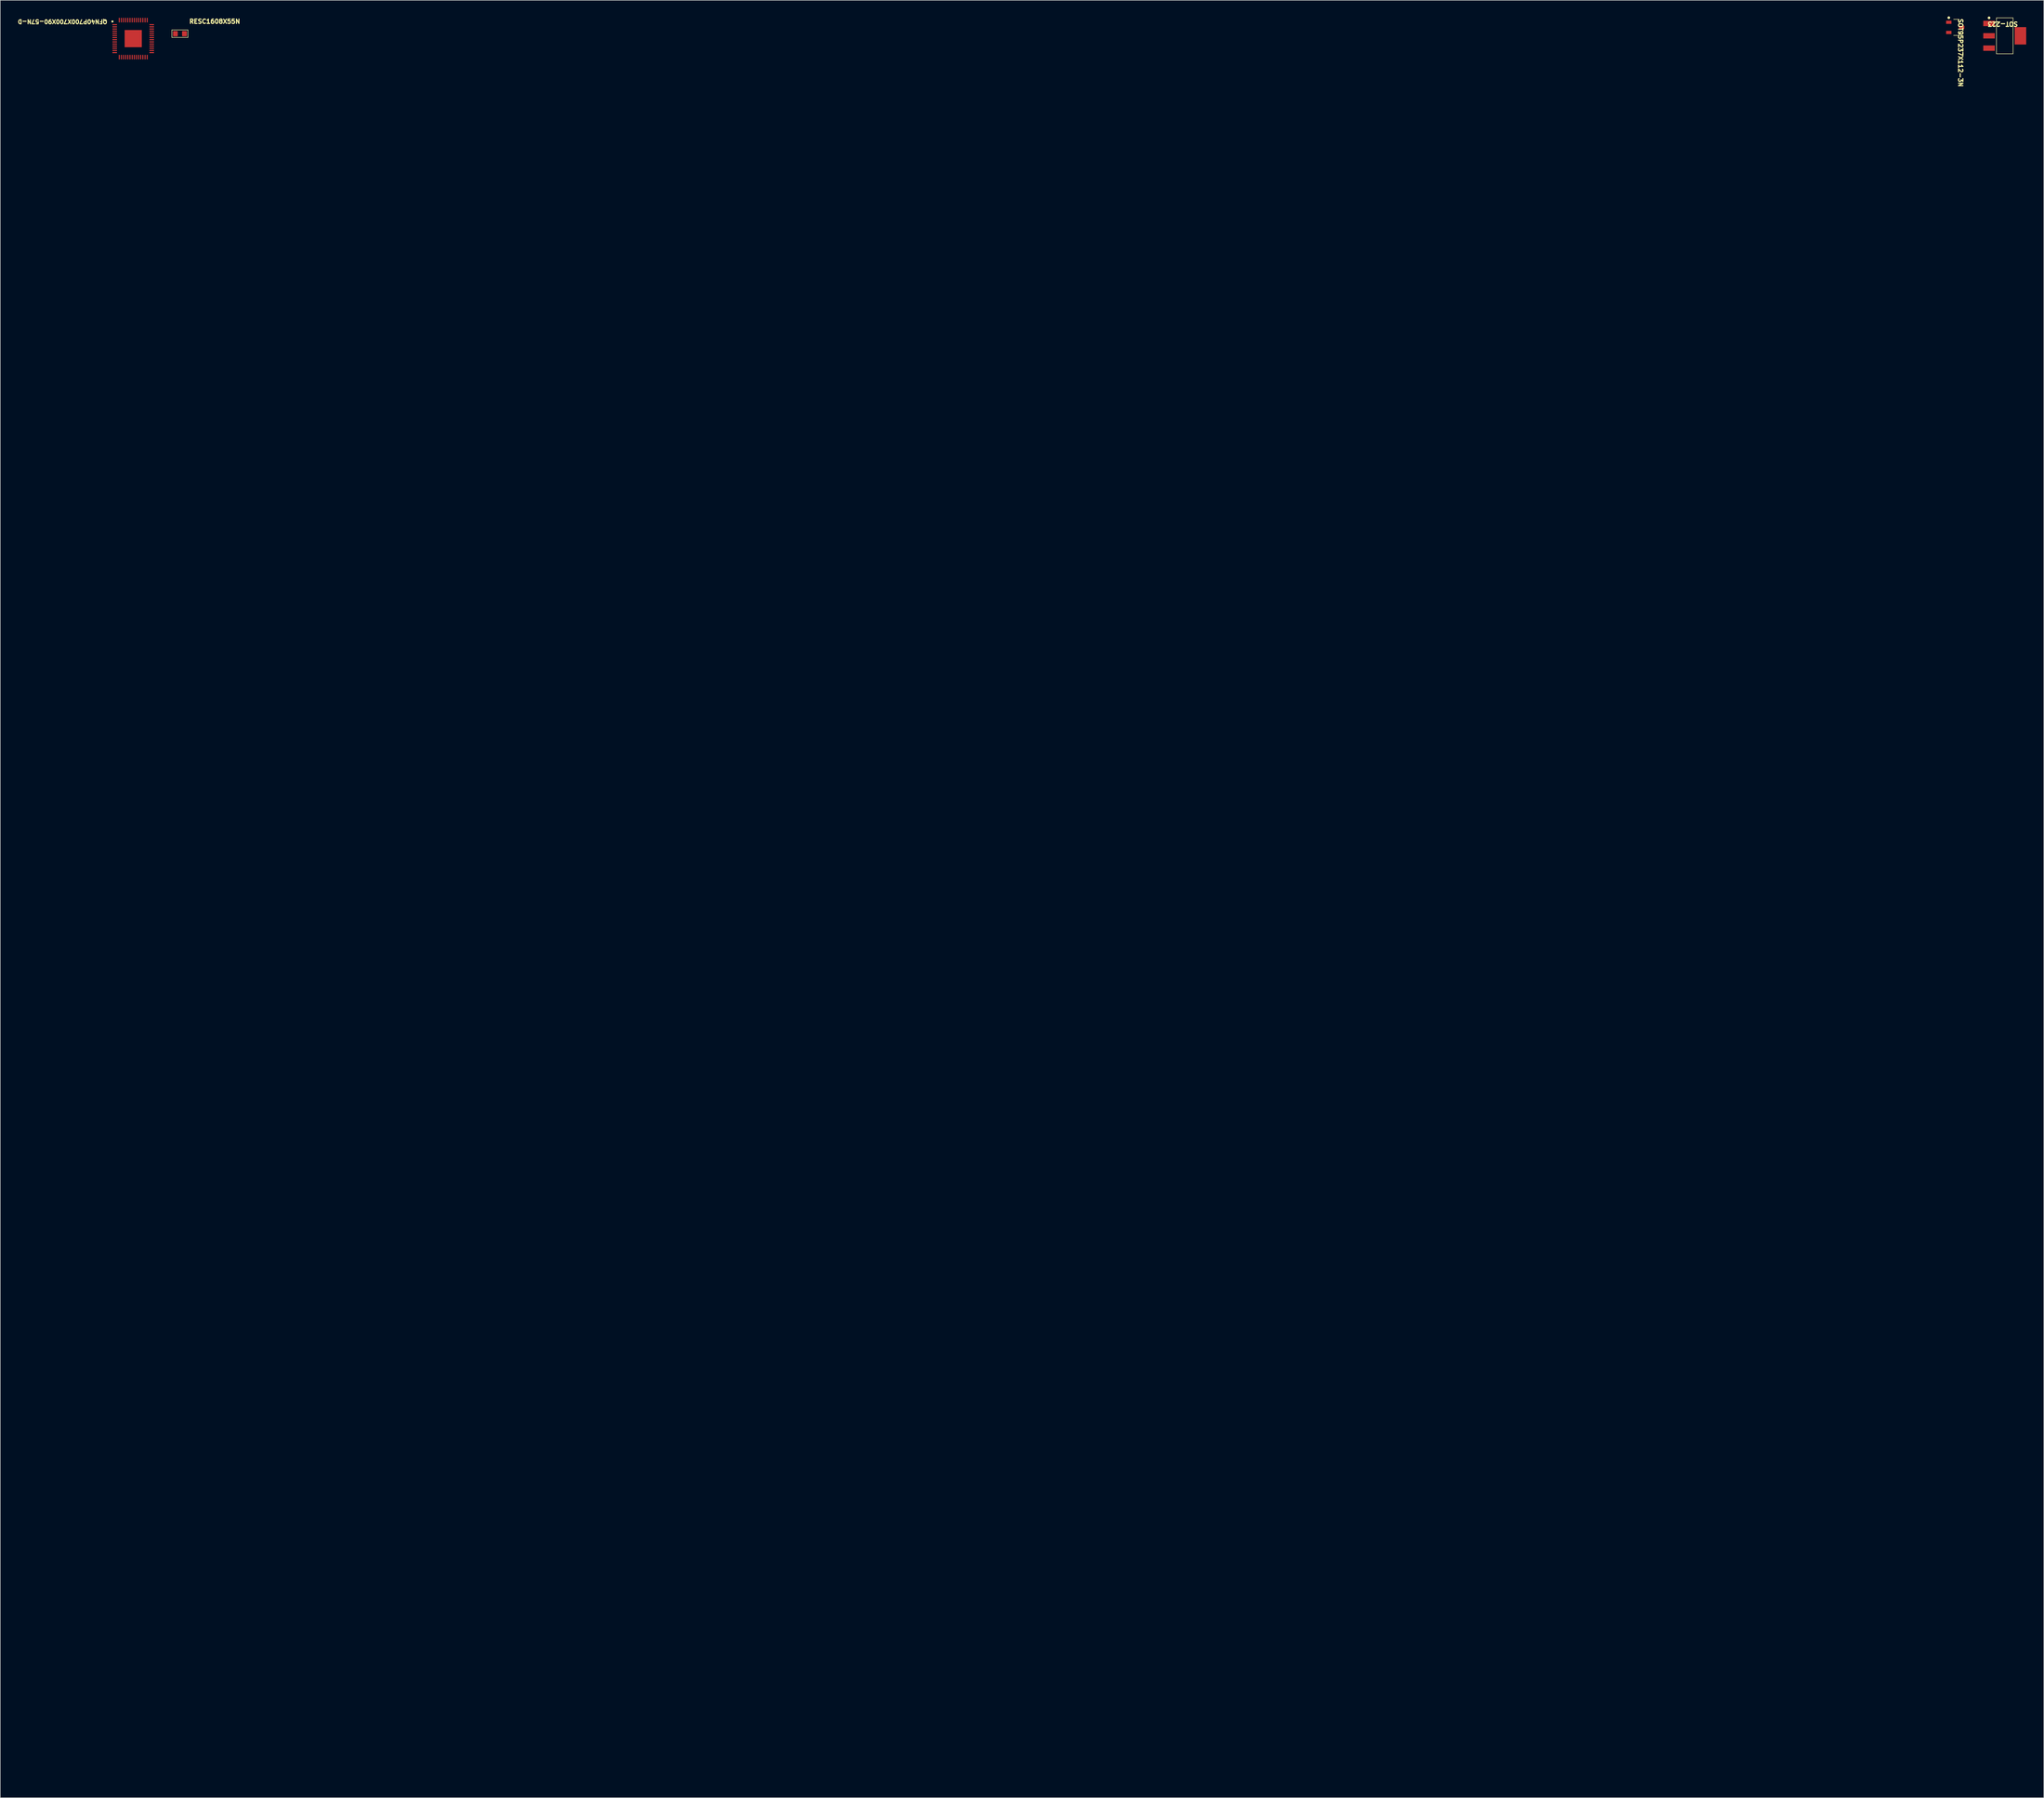
<source format=kicad_pcb>
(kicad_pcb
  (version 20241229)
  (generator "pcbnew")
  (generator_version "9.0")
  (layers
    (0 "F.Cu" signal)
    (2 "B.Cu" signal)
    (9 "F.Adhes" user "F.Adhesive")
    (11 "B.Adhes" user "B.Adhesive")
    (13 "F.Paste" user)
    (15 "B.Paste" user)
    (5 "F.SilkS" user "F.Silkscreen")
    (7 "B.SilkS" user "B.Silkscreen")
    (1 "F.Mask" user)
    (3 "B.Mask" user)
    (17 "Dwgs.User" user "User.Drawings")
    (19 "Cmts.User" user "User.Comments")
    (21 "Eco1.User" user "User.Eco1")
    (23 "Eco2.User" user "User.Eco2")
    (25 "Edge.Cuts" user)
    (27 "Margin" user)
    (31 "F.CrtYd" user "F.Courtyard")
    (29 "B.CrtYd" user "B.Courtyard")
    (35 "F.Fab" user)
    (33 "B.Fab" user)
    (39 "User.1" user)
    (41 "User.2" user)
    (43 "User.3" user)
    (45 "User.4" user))
  (footprint "QFN40P700X700X90-57N-D"
    (layer "F.Cu")
    (at 21.779 4.15)
    (property "Reference" "QFN40P700X700X90-57N-D" (at -4.741 -3.629 180) (unlocked yes) (layer "F.SilkS") (effects (font (size 0.762 0.762) (thickness 0.254)) (justify left bottom)))
    (fp_circle (center -3.875 -3.2) (end -3.875 -3.3) (stroke (width 0.2) (type solid)) (fill no) (layer "F.SilkS"))
    (fp_line (start -4.125 -4.125) (end -4.125 4.125) (stroke (width 0.05) (type solid)) (layer "Eco1.User"))
    (fp_line (start -4.125 -4.125) (end 4.125 -4.125) (stroke (width 0.05) (type solid)) (layer "Eco1.User"))
    (fp_line (start -4.125 4.125) (end 4.125 4.125) (stroke (width 0.05) (type solid)) (layer "Eco1.User"))
    (fp_line (start -3.5 -3.5) (end -3.5 3.5) (stroke (width 0.1) (type solid)) (layer "Eco1.User"))
    (fp_line (start -3.5 -3.5) (end 3.5 -3.5) (stroke (width 0.1) (type solid)) (layer "Eco1.User"))
    (fp_line (start -3.5 -3.1) (end -3.1 -3.5) (stroke (width 0.1) (type solid)) (layer "Eco1.User"))
    (fp_line (start -3.5 3.5) (end 3.5 3.5) (stroke (width 0.1) (type solid)) (layer "Eco1.User"))
    (fp_line (start 3.5 -3.5) (end 3.5 3.5) (stroke (width 0.1) (type solid)) (layer "Eco1.User"))
    (fp_line (start 4.125 -4.125) (end 4.125 4.125) (stroke (width 0.05) (type solid)) (layer "Eco1.User"))
    (pad "1" smd rect (at -3.45 -2.6 180) (size 0.85 0.2) (layers "F.Cu" "F.Mask" "F.Paste"))
    (pad "2" smd rect (at -3.45 -2.2 180) (size 0.85 0.2) (layers "F.Cu" "F.Mask" "F.Paste"))
    (pad "3" smd rect (at -3.45 -1.8 180) (size 0.85 0.2) (layers "F.Cu" "F.Mask" "F.Paste"))
    (pad "4" smd rect (at -3.45 -1.4 180) (size 0.85 0.2) (layers "F.Cu" "F.Mask" "F.Paste"))
    (pad "5" smd rect (at -3.45 -1 180) (size 0.85 0.2) (layers "F.Cu" "F.Mask" "F.Paste"))
    (pad "6" smd rect (at -3.45 -0.6 180) (size 0.85 0.2) (layers "F.Cu" "F.Mask" "F.Paste"))
    (pad "7" smd rect (at -3.45 -0.2 180) (size 0.85 0.2) (layers "F.Cu" "F.Mask" "F.Paste"))
    (pad "8" smd rect (at -3.45 0.2 180) (size 0.85 0.2) (layers "F.Cu" "F.Mask" "F.Paste"))
    (pad "9" smd rect (at -3.45 0.6 180) (size 0.85 0.2) (layers "F.Cu" "F.Mask" "F.Paste"))
    (pad "10" smd rect (at -3.45 1 180) (size 0.85 0.2) (layers "F.Cu" "F.Mask" "F.Paste"))
    (pad "11" smd rect (at -3.45 1.4 180) (size 0.85 0.2) (layers "F.Cu" "F.Mask" "F.Paste"))
    (pad "12" smd rect (at -3.45 1.8 180) (size 0.85 0.2) (layers "F.Cu" "F.Mask" "F.Paste"))
    (pad "13" smd rect (at -3.45 2.2 180) (size 0.85 0.2) (layers "F.Cu" "F.Mask" "F.Paste"))
    (pad "14" smd rect (at -3.45 2.6 180) (size 0.85 0.2) (layers "F.Cu" "F.Mask" "F.Paste"))
    (pad "15" smd rect (at -2.6 3.45 270) (size 0.85 0.2) (layers "F.Cu" "F.Mask" "F.Paste"))
    (pad "16" smd rect (at -2.2 3.45 270) (size 0.85 0.2) (layers "F.Cu" "F.Mask" "F.Paste"))
    (pad "17" smd rect (at -1.8 3.45 270) (size 0.85 0.2) (layers "F.Cu" "F.Mask" "F.Paste"))
    (pad "18" smd rect (at -1.4 3.45 270) (size 0.85 0.2) (layers "F.Cu" "F.Mask" "F.Paste"))
    (pad "19" smd rect (at -1 3.45 270) (size 0.85 0.2) (layers "F.Cu" "F.Mask" "F.Paste"))
    (pad "20" smd rect (at -0.6 3.45 270) (size 0.85 0.2) (layers "F.Cu" "F.Mask" "F.Paste"))
    (pad "21" smd rect (at -0.2 3.45 270) (size 0.85 0.2) (layers "F.Cu" "F.Mask" "F.Paste"))
    (pad "22" smd rect (at 0.2 3.45 270) (size 0.85 0.2) (layers "F.Cu" "F.Mask" "F.Paste"))
    (pad "23" smd rect (at 0.6 3.45 270) (size 0.85 0.2) (layers "F.Cu" "F.Mask" "F.Paste"))
    (pad "24" smd rect (at 1 3.45 270) (size 0.85 0.2) (layers "F.Cu" "F.Mask" "F.Paste"))
    (pad "25" smd rect (at 1.4 3.45 270) (size 0.85 0.2) (layers "F.Cu" "F.Mask" "F.Paste"))
    (pad "26" smd rect (at 1.8 3.45 270) (size 0.85 0.2) (layers "F.Cu" "F.Mask" "F.Paste"))
    (pad "27" smd rect (at 2.2 3.45 270) (size 0.85 0.2) (layers "F.Cu" "F.Mask" "F.Paste"))
    (pad "28" smd rect (at 2.6 3.45 270) (size 0.85 0.2) (layers "F.Cu" "F.Mask" "F.Paste"))
    (pad "29" smd rect (at 3.45 2.6 180) (size 0.85 0.2) (layers "F.Cu" "F.Mask" "F.Paste"))
    (pad "30" smd rect (at 3.45 2.2 180) (size 0.85 0.2) (layers "F.Cu" "F.Mask" "F.Paste"))
    (pad "31" smd rect (at 3.45 1.8 180) (size 0.85 0.2) (layers "F.Cu" "F.Mask" "F.Paste"))
    (pad "32" smd rect (at 3.45 1.4 180) (size 0.85 0.2) (layers "F.Cu" "F.Mask" "F.Paste"))
    (pad "33" smd rect (at 3.45 1 180) (size 0.85 0.2) (layers "F.Cu" "F.Mask" "F.Paste"))
    (pad "34" smd rect (at 3.45 0.6 180) (size 0.85 0.2) (layers "F.Cu" "F.Mask" "F.Paste"))
    (pad "35" smd rect (at 3.45 0.2 180) (size 0.85 0.2) (layers "F.Cu" "F.Mask" "F.Paste"))
    (pad "36" smd rect (at 3.45 -0.2 180) (size 0.85 0.2) (layers "F.Cu" "F.Mask" "F.Paste"))
    (pad "37" smd rect (at 3.45 -0.6 180) (size 0.85 0.2) (layers "F.Cu" "F.Mask" "F.Paste"))
    (pad "38" smd rect (at 3.45 -1 180) (size 0.85 0.2) (layers "F.Cu" "F.Mask" "F.Paste"))
    (pad "39" smd rect (at 3.45 -1.4 180) (size 0.85 0.2) (layers "F.Cu" "F.Mask" "F.Paste"))
    (pad "40" smd rect (at 3.45 -1.8 180) (size 0.85 0.2) (layers "F.Cu" "F.Mask" "F.Paste"))
    (pad "41" smd rect (at 3.45 -2.2 180) (size 0.85 0.2) (layers "F.Cu" "F.Mask" "F.Paste"))
    (pad "42" smd rect (at 3.45 -2.6 180) (size 0.85 0.2) (layers "F.Cu" "F.Mask" "F.Paste"))
    (pad "43" smd rect (at 2.6 -3.45 270) (size 0.85 0.2) (layers "F.Cu" "F.Mask" "F.Paste"))
    (pad "44" smd rect (at 2.2 -3.45 270) (size 0.85 0.2) (layers "F.Cu" "F.Mask" "F.Paste"))
    (pad "45" smd rect (at 1.8 -3.45 270) (size 0.85 0.2) (layers "F.Cu" "F.Mask" "F.Paste"))
    (pad "46" smd rect (at 1.4 -3.45 270) (size 0.85 0.2) (layers "F.Cu" "F.Mask" "F.Paste"))
    (pad "47" smd rect (at 1 -3.45 270) (size 0.85 0.2) (layers "F.Cu" "F.Mask" "F.Paste"))
    (pad "48" smd rect (at 0.6 -3.45 270) (size 0.85 0.2) (layers "F.Cu" "F.Mask" "F.Paste"))
    (pad "49" smd rect (at 0.2 -3.45 270) (size 0.85 0.2) (layers "F.Cu" "F.Mask" "F.Paste"))
    (pad "50" smd rect (at -0.2 -3.45 270) (size 0.85 0.2) (layers "F.Cu" "F.Mask" "F.Paste"))
    (pad "51" smd rect (at -0.6 -3.45 270) (size 0.85 0.2) (layers "F.Cu" "F.Mask" "F.Paste"))
    (pad "52" smd rect (at -1 -3.45 270) (size 0.85 0.2) (layers "F.Cu" "F.Mask" "F.Paste"))
    (pad "53" smd rect (at -1.4 -3.45 270) (size 0.85 0.2) (layers "F.Cu" "F.Mask" "F.Paste"))
    (pad "54" smd rect (at -1.8 -3.45 270) (size 0.85 0.2) (layers "F.Cu" "F.Mask" "F.Paste"))
    (pad "55" smd rect (at -2.2 -3.45 270) (size 0.85 0.2) (layers "F.Cu" "F.Mask" "F.Paste"))
    (pad "56" smd rect (at -2.6 -3.45 270) (size 0.85 0.2) (layers "F.Cu" "F.Mask" "F.Paste"))
    (pad "57" smd rect (at 0 0 270) (size 3.2 3.2) (layers "F.Cu" "F.Mask" "F.Paste")))
  (footprint "SOT95P237X112-3N"
    (layer "F.Cu")
    (at 361.333 2.05)
    (property "Reference" "SOT95P237X112-3N" (at 0.506 -1.734 270) (unlocked yes) (layer "F.SilkS") (effects (font (size 0.813 0.813) (thickness 0.203)) (justify left bottom)))
    (fp_line (start -0.3 -1.5) (end 0.7 -1.5) (stroke (width 0.1) (type solid)) (layer "F.SilkS"))
    (fp_line (start -0.3 1.5) (end 0.7 1.5) (stroke (width 0.1) (type solid)) (layer "F.SilkS"))
    (fp_line (start 0.7 -0.65) (end 0.7 -1.5) (stroke (width 0.1) (type solid)) (layer "F.SilkS"))
    (fp_line (start 0.7 1.5) (end 0.7 0.65) (stroke (width 0.1) (type solid)) (layer "F.SilkS"))
    (fp_circle (center -1.2 -1.8) (end -1.325 -1.8) (stroke (width 0.25) (type solid)) (fill no) (layer "F.SilkS"))
    (fp_line (start -1.925 1.75) (end -1.925 -1.75) (stroke (width 0.05) (type solid)) (layer "Eco1.User"))
    (fp_line (start -1.925 1.75) (end 1.925 1.75) (stroke (width 0.05) (type solid)) (layer "Eco1.User"))
    (fp_line (start -0.7 -1.52) (end 0.7 -1.52) (stroke (width 0.1) (type solid)) (layer "Eco1.User"))
    (fp_line (start -0.7 1.52) (end -0.7 -1.52) (stroke (width 0.1) (type solid)) (layer "Eco1.User"))
    (fp_line (start -0.7 1.52) (end 0.7 1.52) (stroke (width 0.1) (type solid)) (layer "Eco1.User"))
    (fp_line (start -0.5 0) (end 0.5 0) (stroke (width 0.1) (type solid)) (layer "Eco1.User"))
    (fp_line (start 0 0.5) (end 0 -0.5) (stroke (width 0.1) (type solid)) (layer "Eco1.User"))
    (fp_line (start 0.7 1.52) (end 0.7 -1.52) (stroke (width 0.1) (type solid)) (layer "Eco1.User"))
    (fp_line (start 1.925 -1.75) (end -1.925 -1.75) (stroke (width 0.05) (type solid)) (layer "Eco1.User"))
    (fp_line (start 1.925 1.75) (end 1.925 -1.75) (stroke (width 0.05) (type solid)) (layer "Eco1.User"))
    (pad "1" smd rect (at -1.2 -0.95 270) (size 0.6 1) (layers "F.Cu" "F.Mask" "F.Paste"))
    (pad "2" smd rect (at -1.2 0.95 270) (size 0.6 1) (layers "F.Cu" "F.Mask" "F.Paste"))
    (pad "3" smd rect (at 1.2 0 270) (size 0.6 1) (layers "F.Cu" "F.Mask" "F.Paste")))
  (footprint "RESC1608X55N"
    (layer "F.Cu")
    (at 30.479 3.229)
    (property "Reference" "RESC1608X55N" (at 1.648 -1.806 0) (unlocked yes) (layer "F.SilkS") (effects (font (size 0.813 0.813) (thickness 0.203)) (justify left bottom)))
    (fp_line (start -1.5 -0.7) (end 1.5 -0.7) (stroke (width 0.1) (type solid)) (layer "F.SilkS"))
    (fp_line (start -1.5 0.7) (end -1.5 -0.7) (stroke (width 0.1) (type solid)) (layer "F.SilkS"))
    (fp_line (start -1.5 0.7) (end 1.5 0.7) (stroke (width 0.1) (type solid)) (layer "F.SilkS"))
    (fp_line (start 1.5 0.7) (end 1.5 -0.7) (stroke (width 0.1) (type solid)) (layer "F.SilkS"))
    (fp_line (start -1.5 -0.7) (end 1.5 -0.7) (stroke (width 0.1) (type solid)) (layer "Eco1.User"))
    (fp_line (start -1.5 0.7) (end -1.5 -0.7) (stroke (width 0.1) (type solid)) (layer "Eco1.User"))
    (fp_line (start -1.5 0.7) (end 1.5 0.7) (stroke (width 0.1) (type solid)) (layer "Eco1.User"))
    (fp_line (start -0.875 -0.475) (end -0.475 -0.475) (stroke (width 0.05) (type solid)) (layer "Eco1.User"))
    (fp_line (start -0.875 0.475) (end -0.875 -0.475) (stroke (width 0.05) (type solid)) (layer "Eco1.User"))
    (fp_line (start -0.875 0.475) (end -0.475 0.475) (stroke (width 0.05) (type solid)) (layer "Eco1.User"))
    (fp_line (start -0.475 -0.474) (end 0.475 -0.474) (stroke (width 0.05) (type solid)) (layer "Eco1.User"))
    (fp_line (start -0.475 -0.474) (end 0.475 -0.474) (stroke (width 0.05) (type solid)) (layer "Eco1.User"))
    (fp_line (start -0.475 0.474) (end 0.475 0.474) (stroke (width 0.05) (type solid)) (layer "Eco1.User"))
    (fp_line (start -0.475 0.474) (end 0.475 0.474) (stroke (width 0.05) (type solid)) (layer "Eco1.User"))
    (fp_line (start -0.475 0.475) (end -0.475 -0.475) (stroke (width 0.05) (type solid)) (layer "Eco1.User"))
    (fp_line (start 0.475 -0.475) (end 0.875 -0.475) (stroke (width 0.05) (type solid)) (layer "Eco1.User"))
    (fp_line (start 0.475 0.475) (end 0.475 -0.475) (stroke (width 0.05) (type solid)) (layer "Eco1.User"))
    (fp_line (start 0.475 0.475) (end 0.875 0.475) (stroke (width 0.05) (type solid)) (layer "Eco1.User"))
    (fp_line (start 0.875 0.475) (end 0.875 -0.475) (stroke (width 0.05) (type solid)) (layer "Eco1.User"))
    (fp_line (start 1.5 0.7) (end 1.5 -0.7) (stroke (width 0.1) (type solid)) (layer "Eco1.User"))
    (fp_circle (center 0 0) (end -0.064 0) (stroke (width 0.127) (type solid)) (fill no) (layer "Eco1.User"))
    (fp_text user "${REFERENCE}" (at -1.275 0.325 180) (unlocked yes) (layer "User.8") (effects (font (face "Arial") (size 0.63 0.63) (thickness 0.254)) (justify left bottom mirror)))
    (pad "1" smd roundrect (at -0.85 0 270) (size 1 0.9) (layers "F.Cu" "F.Mask" "F.Paste") (roundrect_rratio 0.125))
    (pad "2" smd roundrect (at 0.85 0 270) (size 1 0.9) (layers "F.Cu" "F.Mask" "F.Paste") (roundrect_rratio 0.125))
    (zone (net_name "") (layer "F.Cu") (hatch edge 0.5) (connect_pads) (min_thickness 0.25) (filled_areas_thickness no) (keepout (tracks allowed) (vias allowed) (pads allowed) (copperpour not_allowed) (footprints allowed)) (placement (enabled no)) (fill) (polygon (pts (xy 356.383 329.033) (xy 355.183 329.033) (xy 355.183 328.033) (xy 356.383 328.033)))))
  (footprint "SOT-223"
    (layer "F.Cu")
    (at 370.558 3.625)
    (property "Reference" "SOT-223" (at 2.552 -2.678 180) (unlocked yes) (layer "F.SilkS") (effects (font (size 0.813 0.813) (thickness 0.203)) (justify left bottom)))
    (fp_line (start -1.55 -3.35) (end -1.55 3.35) (stroke (width 0.1) (type solid)) (layer "F.SilkS"))
    (fp_line (start -1.55 -3.35) (end 1.55 -3.35) (stroke (width 0.1) (type solid)) (layer "F.SilkS"))
    (fp_line (start -1.55 3.35) (end 1.55 3.35) (stroke (width 0.1) (type solid)) (layer "F.SilkS"))
    (fp_line (start 1.55 -3.35) (end 1.55 3.35) (stroke (width 0.1) (type solid)) (layer "F.SilkS"))
    (fp_circle (center -2.925 -3.35) (end -2.925 -3.475) (stroke (width 0.25) (type solid)) (fill no) (layer "F.SilkS"))
    (fp_line (start -4.25 -3.6) (end -4.25 3.6) (stroke (width 0.05) (type solid)) (layer "Eco1.User"))
    (fp_line (start -4.25 -3.6) (end 4.25 -3.6) (stroke (width 0.05) (type solid)) (layer "Eco1.User"))
    (fp_line (start -4.25 3.6) (end 4.25 3.6) (stroke (width 0.05) (type solid)) (layer "Eco1.User"))
    (fp_line (start -1.85 -3.35) (end -1.85 3.35) (stroke (width 0.1) (type solid)) (layer "Eco1.User"))
    (fp_line (start -1.85 -3.35) (end 1.85 -3.35) (stroke (width 0.1) (type solid)) (layer "Eco1.User"))
    (fp_line (start -1.85 3.35) (end 1.85 3.35) (stroke (width 0.1) (type solid)) (layer "Eco1.User"))
    (fp_line (start -0.5 0) (end 0.5 0) (stroke (width 0.1) (type solid)) (layer "Eco1.User"))
    (fp_line (start 0 -0.5) (end 0 0.5) (stroke (width 0.1) (type solid)) (layer "Eco1.User"))
    (fp_line (start 1.85 -3.35) (end 1.85 3.35) (stroke (width 0.1) (type solid)) (layer "Eco1.User"))
    (fp_line (start 4.25 -3.6) (end 4.25 3.6) (stroke (width 0.05) (type solid)) (layer "Eco1.User"))
    (pad "1" smd rect (at -2.925 -2.3 270) (size 1 2.15) (layers "F.Cu" "F.Mask" "F.Paste"))
    (pad "2" smd rect (at -2.925 0 270) (size 1 2.15) (layers "F.Cu" "F.Mask" "F.Paste"))
    (pad "3" smd rect (at -2.925 2.3 270) (size 1 2.15) (layers "F.Cu" "F.Mask" "F.Paste"))
    (pad "4" smd rect (at 2.925 0 270) (size 3.25 2.15) (layers "F.Cu" "F.Mask" "F.Paste")))
  (gr_rect
    (start -3 -3)
    (end 377.833 332.033)
    (stroke (width 0.1) (type default))
    (fill no)
    (layer "Edge.Cuts")))
</source>
